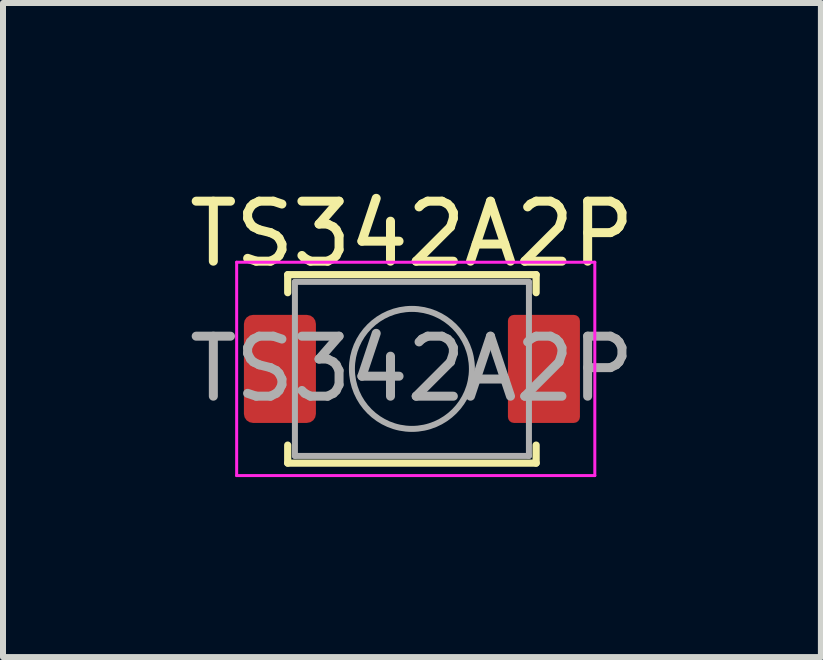
<source format=kicad_pcb>
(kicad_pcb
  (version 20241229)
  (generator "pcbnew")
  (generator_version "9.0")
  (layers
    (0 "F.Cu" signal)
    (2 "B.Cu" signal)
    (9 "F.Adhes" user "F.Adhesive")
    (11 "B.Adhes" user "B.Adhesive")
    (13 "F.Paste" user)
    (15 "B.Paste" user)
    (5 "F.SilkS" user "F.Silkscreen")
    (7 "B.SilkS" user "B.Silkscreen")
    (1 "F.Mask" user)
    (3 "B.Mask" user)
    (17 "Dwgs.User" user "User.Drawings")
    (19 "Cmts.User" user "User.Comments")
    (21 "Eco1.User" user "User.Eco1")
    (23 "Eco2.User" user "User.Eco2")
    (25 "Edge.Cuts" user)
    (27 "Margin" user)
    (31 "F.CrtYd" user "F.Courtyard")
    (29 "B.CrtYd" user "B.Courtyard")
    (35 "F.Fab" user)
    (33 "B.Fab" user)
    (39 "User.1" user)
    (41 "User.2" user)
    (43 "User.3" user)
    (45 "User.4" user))
  (footprint "TS342A2P"
    (layer "F.Cu")
    (at 3.815 3.098)
    (property "Reference" "TS342A2P" (at 0 -2.25 0) (layer "F.SilkS") (effects (font (size 1 1) (thickness 0.15))))
    (attr smd)
    (fp_line (start -2.07 -1.57) (end 2.07 -1.57) (stroke (width 0.12) (type solid)) (layer "F.SilkS"))
    (fp_line (start -2.07 -1.27) (end -2.07 -1.57) (stroke (width 0.12) (type solid)) (layer "F.SilkS"))
    (fp_line (start -2.07 1.57) (end -2.07 1.27) (stroke (width 0.12) (type solid)) (layer "F.SilkS"))
    (fp_line (start 2.07 -1.57) (end 2.07 -1.27) (stroke (width 0.12) (type solid)) (layer "F.SilkS"))
    (fp_line (start 2.07 1.27) (end 2.07 1.57) (stroke (width 0.12) (type solid)) (layer "F.SilkS"))
    (fp_line (start 2.07 1.57) (end -2.07 1.57) (stroke (width 0.12) (type solid)) (layer "F.SilkS"))
    (fp_line (start -2.921 -1.778) (end 3.048 -1.778) (stroke (width 0.05) (type solid)) (layer "F.CrtYd"))
    (fp_line (start -2.921 1.778) (end -2.921 -1.778) (stroke (width 0.05) (type solid)) (layer "F.CrtYd"))
    (fp_line (start 3.048 -1.778) (end 3.048 1.778) (stroke (width 0.05) (type solid)) (layer "F.CrtYd"))
    (fp_line (start 3.048 1.778) (end -2.921 1.778) (stroke (width 0.05) (type solid)) (layer "F.CrtYd"))
    (fp_line (start -1.95 -1.45) (end 1.95 -1.45) (stroke (width 0.1) (type solid)) (layer "F.Fab"))
    (fp_line (start -1.95 1.45) (end -1.95 -1.45) (stroke (width 0.1) (type solid)) (layer "F.Fab"))
    (fp_line (start 1.95 -1.45) (end 1.95 1.45) (stroke (width 0.1) (type solid)) (layer "F.Fab"))
    (fp_line (start 1.95 1.45) (end -1.95 1.45) (stroke (width 0.1) (type solid)) (layer "F.Fab"))
    (fp_circle (center 0 0) (end 1 0) (stroke (width 0.1) (type solid)) (fill no) (layer "F.Fab"))
    (fp_text user "${REFERENCE}" (at 0 0 0) (layer "F.Fab") (effects (font (size 1 1) (thickness 0.15))))
    (pad "1" smd roundrect (at -2.2 0) (size 1.2 1.8) (layers "F.Cu" "F.Mask" "F.Paste") (roundrect_rratio 0.125))
    (pad "2" smd roundrect (at 2.2 0) (size 1.2 1.8) (layers "F.Cu" "F.Mask" "F.Paste") (roundrect_rratio 0.083)))
  (gr_rect
    (start -3 -3)
    (end 10.631 7.901)
    (stroke (width 0.1) (type default))
    (fill no)
    (layer "Edge.Cuts")))
</source>
